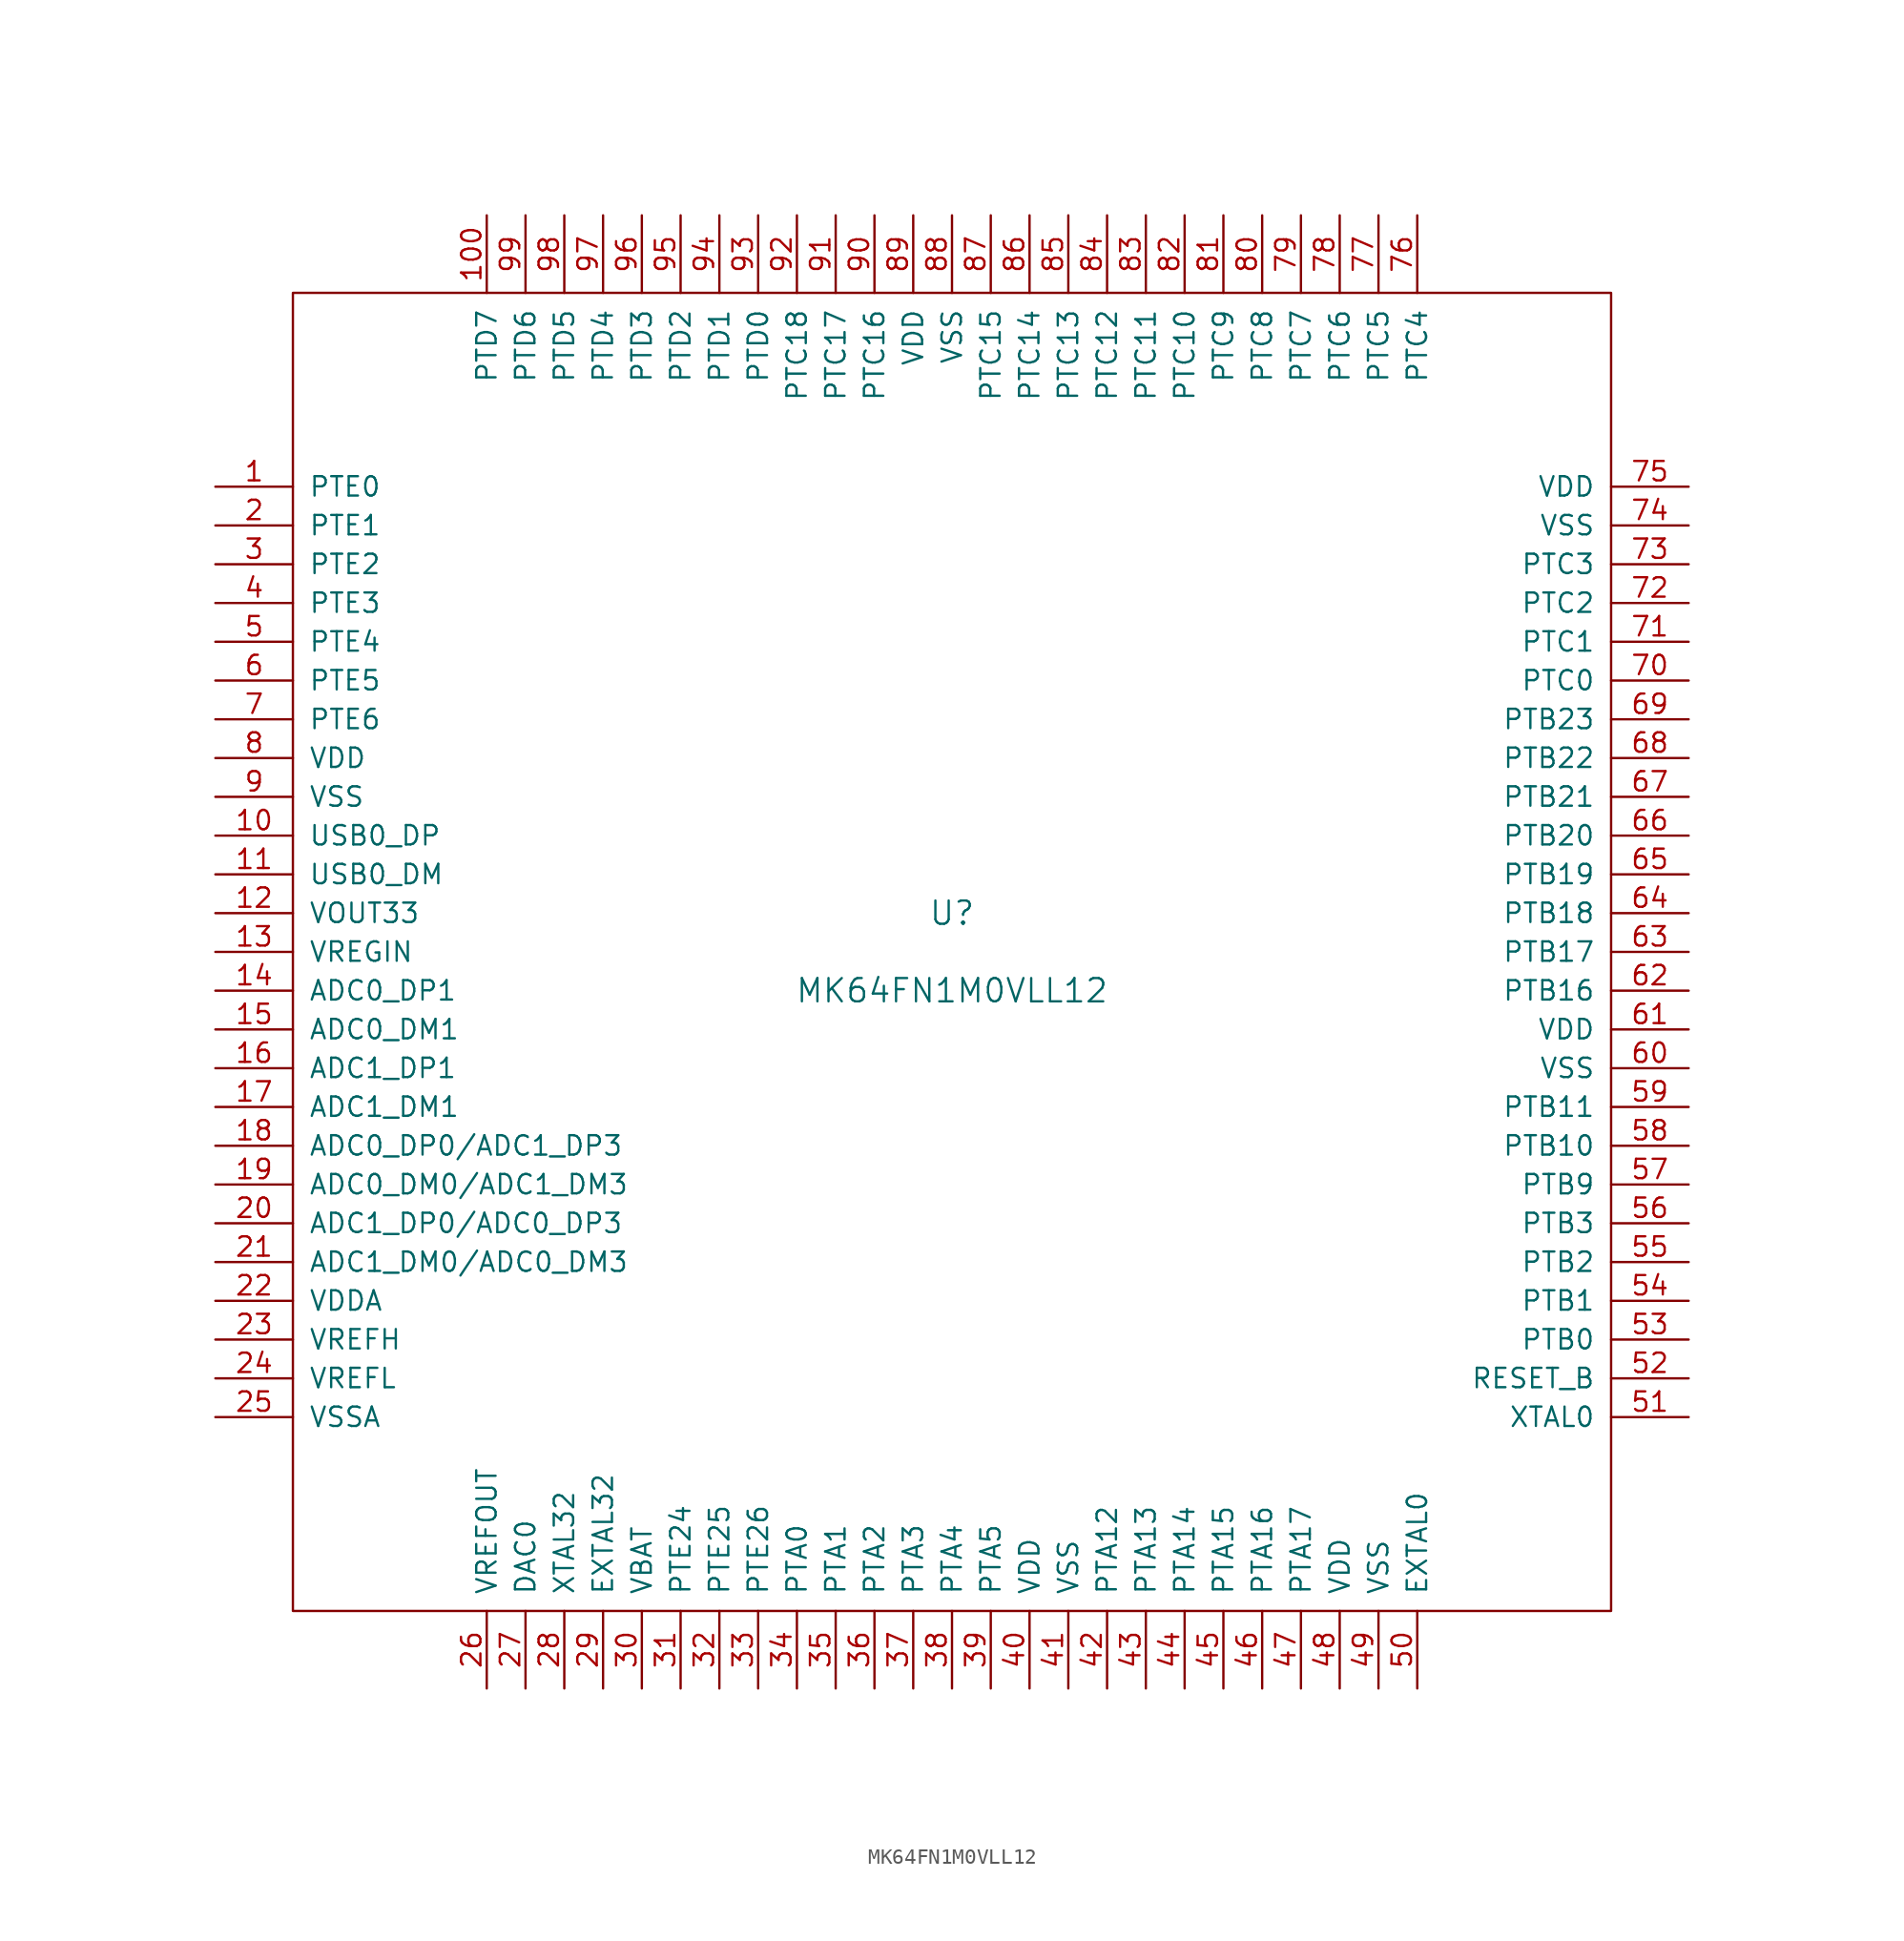
<source format=kicad_sym>
(kicad_symbol_lib
  (version 20201005)
  (generator kicad_symbol_editor)
  (symbol "MK64FN1M0VLL12"
    (pin_names
      (offset 1.016))
    (property "Reference" "U"
      (at 0 2.54 0)
      (effects (font (size 1.524 1.524))))
    (property "Value" "MK64FN1M0VLL12"
      (at 0 -2.54 0)
      (effects (font (size 1.524 1.524))))
    (symbol "MK64FN1M0VLL12_0_1"
      (rectangle (start -43.18 43.18) (end 43.18 -43.18) (stroke (width 0)) (fill (type none))))
    (symbol "MK64FN1M0VLL12_1_1"
      (pin bidirectional line (at -48.26 30.48 0) (length 5.08) (name "PTE0" (effects (font (size 1.27 1.27)))) (number "1" (effects (font (size 1.27 1.27)))))
      (pin bidirectional line (at -48.26 7.62 0) (length 5.08) (name "USB0_DP" (effects (font (size 1.27 1.27)))) (number "10" (effects (font (size 1.27 1.27)))))
      (pin bidirectional line (at -30.48 48.26 270) (length 5.08) (name "PTD7" (effects (font (size 1.27 1.27)))) (number "100" (effects (font (size 1.27 1.27)))))
      (pin bidirectional line (at -48.26 5.08 0) (length 5.08) (name "USB0_DM" (effects (font (size 1.27 1.27)))) (number "11" (effects (font (size 1.27 1.27)))))
      (pin power_out line (at -48.26 2.54 0) (length 5.08) (name "VOUT33" (effects (font (size 1.27 1.27)))) (number "12" (effects (font (size 1.27 1.27)))))
      (pin power_in line (at -48.26 0 0) (length 5.08) (name "VREGIN" (effects (font (size 1.27 1.27)))) (number "13" (effects (font (size 1.27 1.27)))))
      (pin input line (at -48.26 -2.54 0) (length 5.08) (name "ADC0_DP1" (effects (font (size 1.27 1.27)))) (number "14" (effects (font (size 1.27 1.27)))))
      (pin input line (at -48.26 -5.08 0) (length 5.08) (name "ADC0_DM1" (effects (font (size 1.27 1.27)))) (number "15" (effects (font (size 1.27 1.27)))))
      (pin input line (at -48.26 -7.62 0) (length 5.08) (name "ADC1_DP1" (effects (font (size 1.27 1.27)))) (number "16" (effects (font (size 1.27 1.27)))))
      (pin input line (at -48.26 -10.16 0) (length 5.08) (name "ADC1_DM1" (effects (font (size 1.27 1.27)))) (number "17" (effects (font (size 1.27 1.27)))))
      (pin input line (at -48.26 -12.7 0) (length 5.08) (name "ADC0_DP0/ADC1_DP3" (effects (font (size 1.27 1.27)))) (number "18" (effects (font (size 1.27 1.27)))))
      (pin input line (at -48.26 -15.24 0) (length 5.08) (name "ADC0_DM0/ADC1_DM3" (effects (font (size 1.27 1.27)))) (number "19" (effects (font (size 1.27 1.27)))))
      (pin bidirectional line (at -48.26 27.94 0) (length 5.08) (name "PTE1" (effects (font (size 1.27 1.27)))) (number "2" (effects (font (size 1.27 1.27)))))
      (pin input line (at -48.26 -17.78 0) (length 5.08) (name "ADC1_DP0/ADC0_DP3" (effects (font (size 1.27 1.27)))) (number "20" (effects (font (size 1.27 1.27)))))
      (pin input line (at -48.26 -20.32 0) (length 5.08) (name "ADC1_DM0/ADC0_DM3" (effects (font (size 1.27 1.27)))) (number "21" (effects (font (size 1.27 1.27)))))
      (pin power_in line (at -48.26 -22.86 0) (length 5.08) (name "VDDA" (effects (font (size 1.27 1.27)))) (number "22" (effects (font (size 1.27 1.27)))))
      (pin power_in line (at -48.26 -25.4 0) (length 5.08) (name "VREFH" (effects (font (size 1.27 1.27)))) (number "23" (effects (font (size 1.27 1.27)))))
      (pin power_in line (at -48.26 -27.94 0) (length 5.08) (name "VREFL" (effects (font (size 1.27 1.27)))) (number "24" (effects (font (size 1.27 1.27)))))
      (pin power_in line (at -48.26 -30.48 0) (length 5.08) (name "VSSA" (effects (font (size 1.27 1.27)))) (number "25" (effects (font (size 1.27 1.27)))))
      (pin output line (at -30.48 -48.26 90) (length 5.08) (name "VREFOUT" (effects (font (size 1.27 1.27)))) (number "26" (effects (font (size 1.27 1.27)))))
      (pin output line (at -27.94 -48.26 90) (length 5.08) (name "DAC0" (effects (font (size 1.27 1.27)))) (number "27" (effects (font (size 1.27 1.27)))))
      (pin input line (at -25.4 -48.26 90) (length 5.08) (name "XTAL32" (effects (font (size 1.27 1.27)))) (number "28" (effects (font (size 1.27 1.27)))))
      (pin input line (at -22.86 -48.26 90) (length 5.08) (name "EXTAL32" (effects (font (size 1.27 1.27)))) (number "29" (effects (font (size 1.27 1.27)))))
      (pin bidirectional line (at -48.26 25.4 0) (length 5.08) (name "PTE2" (effects (font (size 1.27 1.27)))) (number "3" (effects (font (size 1.27 1.27)))))
      (pin power_in line (at -20.32 -48.26 90) (length 5.08) (name "VBAT" (effects (font (size 1.27 1.27)))) (number "30" (effects (font (size 1.27 1.27)))))
      (pin bidirectional line (at -17.78 -48.26 90) (length 5.08) (name "PTE24" (effects (font (size 1.27 1.27)))) (number "31" (effects (font (size 1.27 1.27)))))
      (pin bidirectional line (at -15.24 -48.26 90) (length 5.08) (name "PTE25" (effects (font (size 1.27 1.27)))) (number "32" (effects (font (size 1.27 1.27)))))
      (pin bidirectional line (at -12.7 -48.26 90) (length 5.08) (name "PTE26" (effects (font (size 1.27 1.27)))) (number "33" (effects (font (size 1.27 1.27)))))
      (pin bidirectional line (at -10.16 -48.26 90) (length 5.08) (name "PTA0" (effects (font (size 1.27 1.27)))) (number "34" (effects (font (size 1.27 1.27)))))
      (pin bidirectional line (at -7.62 -48.26 90) (length 5.08) (name "PTA1" (effects (font (size 1.27 1.27)))) (number "35" (effects (font (size 1.27 1.27)))))
      (pin bidirectional line (at -5.08 -48.26 90) (length 5.08) (name "PTA2" (effects (font (size 1.27 1.27)))) (number "36" (effects (font (size 1.27 1.27)))))
      (pin bidirectional line (at -2.54 -48.26 90) (length 5.08) (name "PTA3" (effects (font (size 1.27 1.27)))) (number "37" (effects (font (size 1.27 1.27)))))
      (pin bidirectional line (at 0 -48.26 90) (length 5.08) (name "PTA4" (effects (font (size 1.27 1.27)))) (number "38" (effects (font (size 1.27 1.27)))))
      (pin bidirectional line (at 2.54 -48.26 90) (length 5.08) (name "PTA5" (effects (font (size 1.27 1.27)))) (number "39" (effects (font (size 1.27 1.27)))))
      (pin bidirectional line (at -48.26 22.86 0) (length 5.08) (name "PTE3" (effects (font (size 1.27 1.27)))) (number "4" (effects (font (size 1.27 1.27)))))
      (pin power_in line (at 5.08 -48.26 90) (length 5.08) (name "VDD" (effects (font (size 1.27 1.27)))) (number "40" (effects (font (size 1.27 1.27)))))
      (pin power_in line (at 7.62 -48.26 90) (length 5.08) (name "VSS" (effects (font (size 1.27 1.27)))) (number "41" (effects (font (size 1.27 1.27)))))
      (pin bidirectional line (at 10.16 -48.26 90) (length 5.08) (name "PTA12" (effects (font (size 1.27 1.27)))) (number "42" (effects (font (size 1.27 1.27)))))
      (pin bidirectional line (at 12.7 -48.26 90) (length 5.08) (name "PTA13" (effects (font (size 1.27 1.27)))) (number "43" (effects (font (size 1.27 1.27)))))
      (pin bidirectional line (at 15.24 -48.26 90) (length 5.08) (name "PTA14" (effects (font (size 1.27 1.27)))) (number "44" (effects (font (size 1.27 1.27)))))
      (pin bidirectional line (at 17.78 -48.26 90) (length 5.08) (name "PTA15" (effects (font (size 1.27 1.27)))) (number "45" (effects (font (size 1.27 1.27)))))
      (pin bidirectional line (at 20.32 -48.26 90) (length 5.08) (name "PTA16" (effects (font (size 1.27 1.27)))) (number "46" (effects (font (size 1.27 1.27)))))
      (pin bidirectional line (at 22.86 -48.26 90) (length 5.08) (name "PTA17" (effects (font (size 1.27 1.27)))) (number "47" (effects (font (size 1.27 1.27)))))
      (pin power_in line (at 25.4 -48.26 90) (length 5.08) (name "VDD" (effects (font (size 1.27 1.27)))) (number "48" (effects (font (size 1.27 1.27)))))
      (pin power_in line (at 27.94 -48.26 90) (length 5.08) (name "VSS" (effects (font (size 1.27 1.27)))) (number "49" (effects (font (size 1.27 1.27)))))
      (pin bidirectional line (at -48.26 20.32 0) (length 5.08) (name "PTE4" (effects (font (size 1.27 1.27)))) (number "5" (effects (font (size 1.27 1.27)))))
      (pin bidirectional line (at 30.48 -48.26 90) (length 5.08) (name "EXTAL0" (effects (font (size 1.27 1.27)))) (number "50" (effects (font (size 1.27 1.27)))))
      (pin bidirectional line (at 48.26 -30.48 180) (length 5.08) (name "XTAL0" (effects (font (size 1.27 1.27)))) (number "51" (effects (font (size 1.27 1.27)))))
      (pin bidirectional line (at 48.26 -27.94 180) (length 5.08) (name "RESET_B" (effects (font (size 1.27 1.27)))) (number "52" (effects (font (size 1.27 1.27)))))
      (pin input line (at 48.26 -25.4 180) (length 5.08) (name "PTB0" (effects (font (size 1.27 1.27)))) (number "53" (effects (font (size 1.27 1.27)))))
      (pin input line (at 48.26 -22.86 180) (length 5.08) (name "PTB1" (effects (font (size 1.27 1.27)))) (number "54" (effects (font (size 1.27 1.27)))))
      (pin bidirectional line (at 48.26 -20.32 180) (length 5.08) (name "PTB2" (effects (font (size 1.27 1.27)))) (number "55" (effects (font (size 1.27 1.27)))))
      (pin bidirectional line (at 48.26 -17.78 180) (length 5.08) (name "PTB3" (effects (font (size 1.27 1.27)))) (number "56" (effects (font (size 1.27 1.27)))))
      (pin bidirectional line (at 48.26 -15.24 180) (length 5.08) (name "PTB9" (effects (font (size 1.27 1.27)))) (number "57" (effects (font (size 1.27 1.27)))))
      (pin bidirectional line (at 48.26 -12.7 180) (length 5.08) (name "PTB10" (effects (font (size 1.27 1.27)))) (number "58" (effects (font (size 1.27 1.27)))))
      (pin bidirectional line (at 48.26 -10.16 180) (length 5.08) (name "PTB11" (effects (font (size 1.27 1.27)))) (number "59" (effects (font (size 1.27 1.27)))))
      (pin bidirectional line (at -48.26 17.78 0) (length 5.08) (name "PTE5" (effects (font (size 1.27 1.27)))) (number "6" (effects (font (size 1.27 1.27)))))
      (pin power_in line (at 48.26 -7.62 180) (length 5.08) (name "VSS" (effects (font (size 1.27 1.27)))) (number "60" (effects (font (size 1.27 1.27)))))
      (pin power_in line (at 48.26 -5.08 180) (length 5.08) (name "VDD" (effects (font (size 1.27 1.27)))) (number "61" (effects (font (size 1.27 1.27)))))
      (pin bidirectional line (at 48.26 -2.54 180) (length 5.08) (name "PTB16" (effects (font (size 1.27 1.27)))) (number "62" (effects (font (size 1.27 1.27)))))
      (pin bidirectional line (at 48.26 0 180) (length 5.08) (name "PTB17" (effects (font (size 1.27 1.27)))) (number "63" (effects (font (size 1.27 1.27)))))
      (pin bidirectional line (at 48.26 2.54 180) (length 5.08) (name "PTB18" (effects (font (size 1.27 1.27)))) (number "64" (effects (font (size 1.27 1.27)))))
      (pin bidirectional line (at 48.26 5.08 180) (length 5.08) (name "PTB19" (effects (font (size 1.27 1.27)))) (number "65" (effects (font (size 1.27 1.27)))))
      (pin bidirectional line (at 48.26 7.62 180) (length 5.08) (name "PTB20" (effects (font (size 1.27 1.27)))) (number "66" (effects (font (size 1.27 1.27)))))
      (pin bidirectional line (at 48.26 10.16 180) (length 5.08) (name "PTB21" (effects (font (size 1.27 1.27)))) (number "67" (effects (font (size 1.27 1.27)))))
      (pin bidirectional line (at 48.26 12.7 180) (length 5.08) (name "PTB22" (effects (font (size 1.27 1.27)))) (number "68" (effects (font (size 1.27 1.27)))))
      (pin bidirectional line (at 48.26 15.24 180) (length 5.08) (name "PTB23" (effects (font (size 1.27 1.27)))) (number "69" (effects (font (size 1.27 1.27)))))
      (pin bidirectional line (at -48.26 15.24 0) (length 5.08) (name "PTE6" (effects (font (size 1.27 1.27)))) (number "7" (effects (font (size 1.27 1.27)))))
      (pin bidirectional line (at 48.26 17.78 180) (length 5.08) (name "PTC0" (effects (font (size 1.27 1.27)))) (number "70" (effects (font (size 1.27 1.27)))))
      (pin power_in line (at 48.26 20.32 180) (length 5.08) (name "PTC1" (effects (font (size 1.27 1.27)))) (number "71" (effects (font (size 1.27 1.27)))))
      (pin bidirectional line (at 48.26 22.86 180) (length 5.08) (name "PTC2" (effects (font (size 1.27 1.27)))) (number "72" (effects (font (size 1.27 1.27)))))
      (pin bidirectional line (at 48.26 25.4 180) (length 5.08) (name "PTC3" (effects (font (size 1.27 1.27)))) (number "73" (effects (font (size 1.27 1.27)))))
      (pin power_in line (at 48.26 27.94 180) (length 5.08) (name "VSS" (effects (font (size 1.27 1.27)))) (number "74" (effects (font (size 1.27 1.27)))))
      (pin power_in line (at 48.26 30.48 180) (length 5.08) (name "VDD" (effects (font (size 1.27 1.27)))) (number "75" (effects (font (size 1.27 1.27)))))
      (pin bidirectional line (at 30.48 48.26 270) (length 5.08) (name "PTC4" (effects (font (size 1.27 1.27)))) (number "76" (effects (font (size 1.27 1.27)))))
      (pin bidirectional line (at 27.94 48.26 270) (length 5.08) (name "PTC5" (effects (font (size 1.27 1.27)))) (number "77" (effects (font (size 1.27 1.27)))))
      (pin bidirectional line (at 25.4 48.26 270) (length 5.08) (name "PTC6" (effects (font (size 1.27 1.27)))) (number "78" (effects (font (size 1.27 1.27)))))
      (pin bidirectional line (at 22.86 48.26 270) (length 5.08) (name "PTC7" (effects (font (size 1.27 1.27)))) (number "79" (effects (font (size 1.27 1.27)))))
      (pin power_in line (at -48.26 12.7 0) (length 5.08) (name "VDD" (effects (font (size 1.27 1.27)))) (number "8" (effects (font (size 1.27 1.27)))))
      (pin bidirectional line (at 20.32 48.26 270) (length 5.08) (name "PTC8" (effects (font (size 1.27 1.27)))) (number "80" (effects (font (size 1.27 1.27)))))
      (pin power_in line (at 17.78 48.26 270) (length 5.08) (name "PTC9" (effects (font (size 1.27 1.27)))) (number "81" (effects (font (size 1.27 1.27)))))
      (pin bidirectional line (at 15.24 48.26 270) (length 5.08) (name "PTC10" (effects (font (size 1.27 1.27)))) (number "82" (effects (font (size 1.27 1.27)))))
      (pin bidirectional line (at 12.7 48.26 270) (length 5.08) (name "PTC11" (effects (font (size 1.27 1.27)))) (number "83" (effects (font (size 1.27 1.27)))))
      (pin bidirectional line (at 10.16 48.26 270) (length 5.08) (name "PTC12" (effects (font (size 1.27 1.27)))) (number "84" (effects (font (size 1.27 1.27)))))
      (pin bidirectional line (at 7.62 48.26 270) (length 5.08) (name "PTC13" (effects (font (size 1.27 1.27)))) (number "85" (effects (font (size 1.27 1.27)))))
      (pin bidirectional line (at 5.08 48.26 270) (length 5.08) (name "PTC14" (effects (font (size 1.27 1.27)))) (number "86" (effects (font (size 1.27 1.27)))))
      (pin bidirectional line (at 2.54 48.26 270) (length 5.08) (name "PTC15" (effects (font (size 1.27 1.27)))) (number "87" (effects (font (size 1.27 1.27)))))
      (pin power_in line (at 0 48.26 270) (length 5.08) (name "VSS" (effects (font (size 1.27 1.27)))) (number "88" (effects (font (size 1.27 1.27)))))
      (pin power_in line (at -2.54 48.26 270) (length 5.08) (name "VDD" (effects (font (size 1.27 1.27)))) (number "89" (effects (font (size 1.27 1.27)))))
      (pin power_in line (at -48.26 10.16 0) (length 5.08) (name "VSS" (effects (font (size 1.27 1.27)))) (number "9" (effects (font (size 1.27 1.27)))))
      (pin bidirectional line (at -5.08 48.26 270) (length 5.08) (name "PTC16" (effects (font (size 1.27 1.27)))) (number "90" (effects (font (size 1.27 1.27)))))
      (pin bidirectional line (at -7.62 48.26 270) (length 5.08) (name "PTC17" (effects (font (size 1.27 1.27)))) (number "91" (effects (font (size 1.27 1.27)))))
      (pin bidirectional line (at -10.16 48.26 270) (length 5.08) (name "PTC18" (effects (font (size 1.27 1.27)))) (number "92" (effects (font (size 1.27 1.27)))))
      (pin bidirectional line (at -12.7 48.26 270) (length 5.08) (name "PTD0" (effects (font (size 1.27 1.27)))) (number "93" (effects (font (size 1.27 1.27)))))
      (pin bidirectional line (at -15.24 48.26 270) (length 5.08) (name "PTD1" (effects (font (size 1.27 1.27)))) (number "94" (effects (font (size 1.27 1.27)))))
      (pin bidirectional line (at -17.78 48.26 270) (length 5.08) (name "PTD2" (effects (font (size 1.27 1.27)))) (number "95" (effects (font (size 1.27 1.27)))))
      (pin bidirectional line (at -20.32 48.26 270) (length 5.08) (name "PTD3" (effects (font (size 1.27 1.27)))) (number "96" (effects (font (size 1.27 1.27)))))
      (pin bidirectional line (at -22.86 48.26 270) (length 5.08) (name "PTD4" (effects (font (size 1.27 1.27)))) (number "97" (effects (font (size 1.27 1.27)))))
      (pin bidirectional line (at -25.4 48.26 270) (length 5.08) (name "PTD5" (effects (font (size 1.27 1.27)))) (number "98" (effects (font (size 1.27 1.27)))))
      (pin bidirectional line (at -27.94 48.26 270) (length 5.08) (name "PTD6" (effects (font (size 1.27 1.27)))) (number "99" (effects (font (size 1.27 1.27))))))))
</source>
